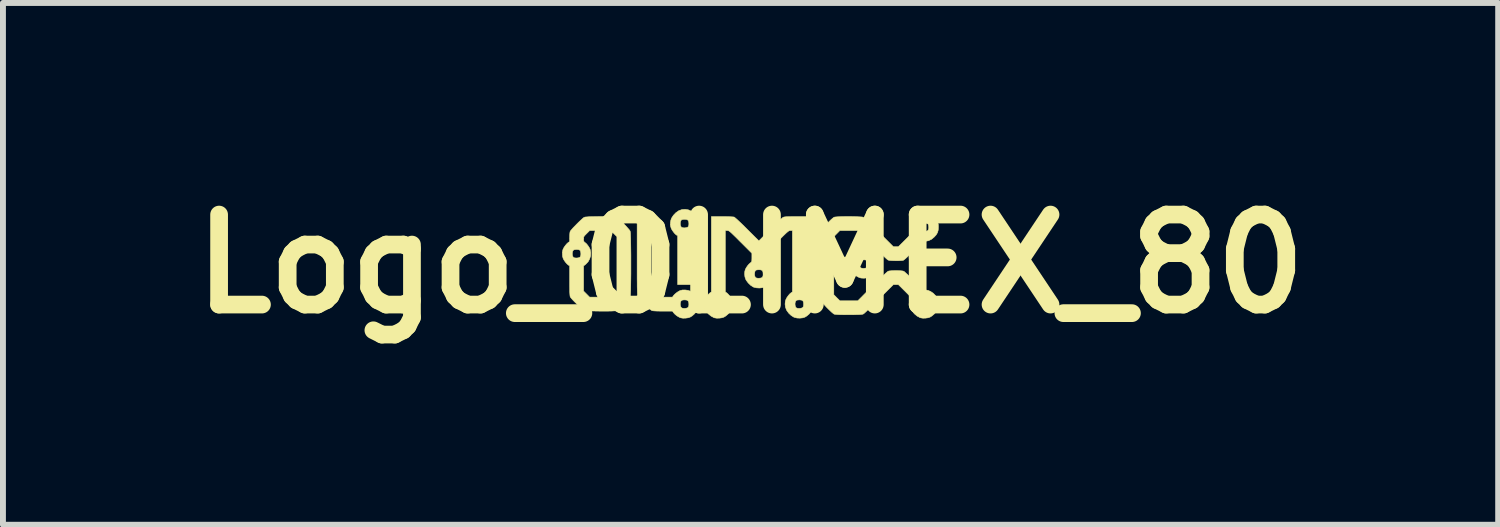
<source format=kicad_pcb>
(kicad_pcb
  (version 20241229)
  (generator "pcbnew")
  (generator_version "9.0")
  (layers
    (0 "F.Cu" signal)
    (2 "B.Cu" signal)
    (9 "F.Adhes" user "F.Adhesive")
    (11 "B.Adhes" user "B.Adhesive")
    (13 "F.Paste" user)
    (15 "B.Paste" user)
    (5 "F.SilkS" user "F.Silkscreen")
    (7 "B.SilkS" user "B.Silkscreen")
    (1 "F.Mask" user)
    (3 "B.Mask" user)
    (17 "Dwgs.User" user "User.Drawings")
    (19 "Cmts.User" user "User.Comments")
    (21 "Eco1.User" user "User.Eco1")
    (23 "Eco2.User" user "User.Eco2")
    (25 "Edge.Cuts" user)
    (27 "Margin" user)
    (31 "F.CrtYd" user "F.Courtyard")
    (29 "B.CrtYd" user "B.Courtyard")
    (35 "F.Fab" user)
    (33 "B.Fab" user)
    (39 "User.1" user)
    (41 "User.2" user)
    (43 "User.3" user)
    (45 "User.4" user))
  (footprint "Logo_OLIMEX_80"
    (layer "F.Cu")
    (at 9.659 1.418)
    (property "Reference" "Logo_OLIMEX_80" (at 0 0 0) (layer "F.SilkS") (effects (font (size 1.524 1.524) (thickness 0.3))))
    (attr through_hole)
    (fp_poly (pts (xy -0.877 -0.677) (xy -0.884 -0.624) (xy -0.905 -0.573) (xy -0.923 -0.545) (xy -0.943 -0.522) (xy -0.965 -0.501) (xy -0.973 -0.495) (xy -0.998 -0.476) (xy -0.998 -0.063) (xy -0.998 0.351) (xy -1.044 0.351) (xy -1.044 -0.682) (xy -1.047 -0.716) (xy -1.058 -0.738) (xy -1.078 -0.75) (xy -1.109 -0.754) (xy -1.115 -0.754) (xy -1.141 -0.753) (xy -1.161 -0.748) (xy -1.169 -0.745) (xy -1.182 -0.727) (xy -1.189 -0.7) (xy -1.19 -0.67) (xy -1.184 -0.643) (xy -1.172 -0.622) (xy -1.169 -0.619) (xy -1.149 -0.612) (xy -1.121 -0.609) (xy -1.092 -0.612) (xy -1.069 -0.619) (xy -1.059 -0.625) (xy -1.049 -0.64) (xy -1.045 -0.661) (xy -1.044 -0.682) (xy -1.044 0.351) (xy -1.116 0.351) (xy -1.234 0.351) (xy -1.234 -0.063) (xy -1.234 -0.476) (xy -1.258 -0.491) (xy -1.281 -0.511) (xy -1.305 -0.54) (xy -1.328 -0.573) (xy -1.345 -0.605) (xy -1.345 -0.606) (xy -1.356 -0.647) (xy -1.357 -0.694) (xy -1.349 -0.741) (xy -1.337 -0.774) (xy -1.306 -0.822) (xy -1.265 -0.865) (xy -1.218 -0.898) (xy -1.21 -0.902) (xy -1.161 -0.919) (xy -1.107 -0.923) (xy -1.055 -0.915) (xy -1.022 -0.902) (xy -0.971 -0.869) (xy -0.93 -0.828) (xy -0.9 -0.781) (xy -0.883 -0.73) (xy -0.877 -0.677)) (stroke (width 0.009) (type solid)) (fill yes) (layer "F.SilkS"))
    (fp_poly (pts (xy -0.879 0.672) (xy -0.881 0.72) (xy -0.891 0.764) (xy -0.897 0.778) (xy -0.921 0.814) (xy -0.954 0.851) (xy -0.99 0.882) (xy -1.021 0.901) (xy -1.044 0.909) (xy -1.044 0.682) (xy -1.047 0.648) (xy -1.058 0.626) (xy -1.078 0.614) (xy -1.109 0.61) (xy -1.115 0.61) (xy -1.141 0.611) (xy -1.161 0.616) (xy -1.169 0.619) (xy -1.182 0.637) (xy -1.189 0.664) (xy -1.19 0.694) (xy -1.184 0.721) (xy -1.172 0.742) (xy -1.169 0.744) (xy -1.149 0.752) (xy -1.121 0.755) (xy -1.092 0.752) (xy -1.069 0.745) (xy -1.059 0.739) (xy -1.049 0.724) (xy -1.045 0.703) (xy -1.044 0.682) (xy -1.044 0.909) (xy -1.057 0.913) (xy -1.1 0.919) (xy -1.144 0.92) (xy -1.182 0.914) (xy -1.191 0.911) (xy -1.223 0.895) (xy -1.256 0.873) (xy -1.285 0.848) (xy -1.306 0.824) (xy -1.307 0.823) (xy -1.322 0.8) (xy -1.484 0.8) (xy -1.544 0.8) (xy -1.589 0.799) (xy -1.624 0.797) (xy -1.649 0.795) (xy -1.666 0.792) (xy -1.673 0.789) (xy -1.688 0.78) (xy -1.711 0.761) (xy -1.74 0.736) (xy -1.772 0.706) (xy -1.806 0.674) (xy -1.838 0.641) (xy -1.867 0.611) (xy -1.89 0.585) (xy -1.906 0.566) (xy -1.91 0.558) (xy -1.912 0.552) (xy -1.913 0.54) (xy -1.915 0.523) (xy -1.916 0.5) (xy -1.917 0.469) (xy -1.918 0.429) (xy -1.919 0.381) (xy -1.919 0.323) (xy -1.92 0.253) (xy -1.92 0.172) (xy -1.92 0.078) (xy -1.92 -0.029) (xy -1.92 -0.133) (xy -1.92 -0.8) (xy -1.802 -0.8) (xy -1.684 -0.8) (xy -1.684 -0.169) (xy -1.684 0.461) (xy -1.632 0.513) (xy -1.581 0.564) (xy -1.451 0.564) (xy -1.322 0.564) (xy -1.307 0.541) (xy -1.287 0.518) (xy -1.259 0.494) (xy -1.227 0.471) (xy -1.196 0.454) (xy -1.194 0.453) (xy -1.155 0.443) (xy -1.109 0.442) (xy -1.063 0.448) (xy -1.023 0.461) (xy -1.022 0.462) (xy -0.978 0.49) (xy -0.937 0.528) (xy -0.906 0.571) (xy -0.898 0.585) (xy -0.885 0.625) (xy -0.879 0.672)) (stroke (width 0.009) (type solid)) (fill yes) (layer "F.SilkS"))
    (fp_poly (pts (xy -2.026 0.01) (xy -2.026 0.091) (xy -2.026 0.17) (xy -2.027 0.246) (xy -2.028 0.318) (xy -2.029 0.383) (xy -2.03 0.44) (xy -2.032 0.487) (xy -2.034 0.524) (xy -2.036 0.549) (xy -2.038 0.558) (xy -2.047 0.573) (xy -2.065 0.595) (xy -2.09 0.622) (xy -2.12 0.653) (xy -2.153 0.686) (xy -2.185 0.717) (xy -2.216 0.746) (xy -2.242 0.77) (xy -2.263 0.786) (xy -2.263 0.786) (xy -2.263 0.469) (xy -2.263 0.004) (xy -2.263 -0.461) (xy -2.314 -0.512) (xy -2.366 -0.564) (xy -2.545 -0.564) (xy -2.724 -0.564) (xy -2.775 -0.513) (xy -2.799 -0.489) (xy -2.814 -0.472) (xy -2.823 -0.458) (xy -2.826 -0.444) (xy -2.827 -0.426) (xy -2.827 -0.419) (xy -2.826 -0.394) (xy -2.822 -0.379) (xy -2.813 -0.369) (xy -2.804 -0.362) (xy -2.779 -0.341) (xy -2.754 -0.31) (xy -2.731 -0.275) (xy -2.716 -0.244) (xy -2.706 -0.191) (xy -2.708 -0.137) (xy -2.724 -0.084) (xy -2.751 -0.035) (xy -2.79 0.006) (xy -2.802 0.016) (xy -2.827 0.034) (xy -2.827 0.247) (xy -2.827 0.461) (xy -2.776 0.512) (xy -2.725 0.564) (xy -2.542 0.564) (xy -2.359 0.564) (xy -2.311 0.516) (xy -2.263 0.469) (xy -2.263 0.786) (xy -2.273 0.792) (xy -2.288 0.795) (xy -2.316 0.797) (xy -2.354 0.799) (xy -2.401 0.8) (xy -2.454 0.8) (xy -2.51 0.8) (xy -2.568 0.8) (xy -2.624 0.799) (xy -2.678 0.798) (xy -2.726 0.797) (xy -2.766 0.795) (xy -2.797 0.792) (xy -2.815 0.79) (xy -2.817 0.789) (xy -2.832 0.779) (xy -2.855 0.761) (xy -2.873 0.745) (xy -2.873 -0.171) (xy -2.876 -0.206) (xy -2.886 -0.228) (xy -2.906 -0.24) (xy -2.938 -0.244) (xy -2.944 -0.244) (xy -2.969 -0.242) (xy -2.99 -0.238) (xy -2.997 -0.234) (xy -3.011 -0.216) (xy -3.018 -0.19) (xy -3.018 -0.16) (xy -3.013 -0.132) (xy -3.001 -0.112) (xy -2.998 -0.109) (xy -2.978 -0.101) (xy -2.95 -0.099) (xy -2.921 -0.101) (xy -2.897 -0.108) (xy -2.888 -0.114) (xy -2.878 -0.129) (xy -2.874 -0.15) (xy -2.873 -0.171) (xy -2.873 0.745) (xy -2.884 0.735) (xy -2.916 0.706) (xy -2.949 0.673) (xy -2.981 0.641) (xy -3.01 0.611) (xy -3.033 0.585) (xy -3.048 0.566) (xy -3.053 0.558) (xy -3.056 0.548) (xy -3.058 0.531) (xy -3.06 0.506) (xy -3.062 0.472) (xy -3.062 0.427) (xy -3.063 0.371) (xy -3.063 0.301) (xy -3.063 0.284) (xy -3.063 0.034) (xy -3.087 0.019) (xy -3.109 -0.001) (xy -3.134 -0.029) (xy -3.157 -0.062) (xy -3.174 -0.094) (xy -3.174 -0.095) (xy -3.183 -0.127) (xy -3.186 -0.167) (xy -3.184 -0.207) (xy -3.177 -0.241) (xy -3.174 -0.248) (xy -3.158 -0.279) (xy -3.135 -0.312) (xy -3.11 -0.341) (xy -3.088 -0.361) (xy -3.087 -0.362) (xy -3.063 -0.377) (xy -3.063 -0.451) (xy -3.062 -0.486) (xy -3.06 -0.517) (xy -3.057 -0.539) (xy -3.055 -0.546) (xy -3.047 -0.56) (xy -3.029 -0.581) (xy -3.005 -0.609) (xy -2.975 -0.64) (xy -2.943 -0.673) (xy -2.91 -0.706) (xy -2.878 -0.736) (xy -2.851 -0.761) (xy -2.829 -0.78) (xy -2.814 -0.789) (xy -2.814 -0.789) (xy -2.799 -0.793) (xy -2.77 -0.795) (xy -2.732 -0.798) (xy -2.685 -0.799) (xy -2.632 -0.8) (xy -2.575 -0.801) (xy -2.517 -0.801) (xy -2.46 -0.801) (xy -2.406 -0.8) (xy -2.358 -0.798) (xy -2.318 -0.796) (xy -2.287 -0.793) (xy -2.27 -0.79) (xy -2.269 -0.79) (xy -2.254 -0.78) (xy -2.232 -0.761) (xy -2.204 -0.735) (xy -2.172 -0.705) (xy -2.14 -0.672) (xy -2.108 -0.639) (xy -2.08 -0.607) (xy -2.057 -0.581) (xy -2.042 -0.56) (xy -2.038 -0.552) (xy -2.036 -0.539) (xy -2.033 -0.512) (xy -2.032 -0.473) (xy -2.03 -0.424) (xy -2.029 -0.365) (xy -2.028 -0.299) (xy -2.027 -0.227) (xy -2.026 -0.15) (xy -2.026 -0.071) (xy -2.026 0.01)) (stroke (width 0.009) (type solid)) (fill yes) (layer "F.SilkS"))
    (fp_poly (pts (xy 1.065 0.657) (xy 1.064 0.706) (xy 1.055 0.753) (xy 1.046 0.778) (xy 1.022 0.814) (xy 0.99 0.851) (xy 0.953 0.882) (xy 0.923 0.901) (xy 0.899 0.909) (xy 0.899 0.682) (xy 0.896 0.648) (xy 0.886 0.626) (xy 0.865 0.614) (xy 0.834 0.61) (xy 0.828 0.61) (xy 0.803 0.611) (xy 0.782 0.616) (xy 0.774 0.619) (xy 0.761 0.637) (xy 0.754 0.664) (xy 0.754 0.694) (xy 0.759 0.721) (xy 0.771 0.742) (xy 0.774 0.744) (xy 0.794 0.752) (xy 0.822 0.755) (xy 0.851 0.752) (xy 0.875 0.745) (xy 0.884 0.739) (xy 0.894 0.724) (xy 0.898 0.703) (xy 0.899 0.682) (xy 0.899 0.909) (xy 0.883 0.914) (xy 0.836 0.919) (xy 0.787 0.917) (xy 0.744 0.906) (xy 0.729 0.9) (xy 0.686 0.872) (xy 0.646 0.834) (xy 0.614 0.79) (xy 0.606 0.774) (xy 0.591 0.731) (xy 0.585 0.684) (xy 0.589 0.637) (xy 0.598 0.606) (xy 0.614 0.574) (xy 0.637 0.541) (xy 0.661 0.512) (xy 0.684 0.492) (xy 0.685 0.491) (xy 0.709 0.476) (xy 0.709 -0.044) (xy 0.709 -0.564) (xy 0.676 -0.564) (xy 0.667 -0.564) (xy 0.659 -0.562) (xy 0.65 -0.559) (xy 0.64 -0.552) (xy 0.626 -0.541) (xy 0.607 -0.525) (xy 0.584 -0.503) (xy 0.553 -0.473) (xy 0.515 -0.435) (xy 0.467 -0.387) (xy 0.451 -0.371) (xy 0.259 -0.179) (xy 0.259 -0.107) (xy 0.259 -0.073) (xy 0.26 -0.051) (xy 0.263 -0.038) (xy 0.269 -0.029) (xy 0.278 -0.022) (xy 0.282 -0.019) (xy 0.308 0.003) (xy 0.334 0.035) (xy 0.356 0.07) (xy 0.371 0.103) (xy 0.379 0.146) (xy 0.379 0.195) (xy 0.369 0.242) (xy 0.36 0.267) (xy 0.337 0.304) (xy 0.304 0.34) (xy 0.267 0.372) (xy 0.237 0.391) (xy 0.213 0.398) (xy 0.213 0.171) (xy 0.21 0.137) (xy 0.2 0.115) (xy 0.18 0.103) (xy 0.148 0.099) (xy 0.142 0.099) (xy 0.117 0.101) (xy 0.096 0.105) (xy 0.089 0.109) (xy 0.075 0.127) (xy 0.068 0.153) (xy 0.068 0.183) (xy 0.073 0.211) (xy 0.085 0.231) (xy 0.088 0.234) (xy 0.109 0.242) (xy 0.136 0.244) (xy 0.165 0.242) (xy 0.189 0.235) (xy 0.198 0.229) (xy 0.208 0.214) (xy 0.213 0.192) (xy 0.213 0.171) (xy 0.213 0.398) (xy 0.197 0.404) (xy 0.15 0.409) (xy 0.102 0.406) (xy 0.058 0.396) (xy 0.044 0.39) (xy 0.001 0.362) (xy -0.039 0.323) (xy -0.072 0.279) (xy -0.08 0.264) (xy -0.095 0.221) (xy -0.1 0.173) (xy -0.097 0.127) (xy -0.088 0.095) (xy -0.072 0.064) (xy -0.049 0.031) (xy -0.024 0.002) (xy -0.001 -0.018) (xy -0.000499 -0.019) (xy 0.01 -0.027) (xy 0.017 -0.034) (xy 0.021 -0.046) (xy 0.022 -0.065) (xy 0.023 -0.094) (xy 0.023 -0.107) (xy 0.023 -0.179) (xy -0.169 -0.371) (xy -0.22 -0.422) (xy -0.261 -0.463) (xy -0.294 -0.495) (xy -0.319 -0.519) (xy -0.339 -0.537) (xy -0.354 -0.55) (xy -0.366 -0.557) (xy -0.375 -0.562) (xy -0.383 -0.563) (xy -0.392 -0.564) (xy -0.394 -0.564) (xy -0.427 -0.564) (xy -0.427 -0.044) (xy -0.427 0.476) (xy -0.403 0.491) (xy -0.378 0.514) (xy -0.352 0.545) (xy -0.33 0.581) (xy -0.315 0.613) (xy -0.307 0.657) (xy -0.307 0.706) (xy -0.316 0.753) (xy -0.326 0.778) (xy -0.349 0.814) (xy -0.382 0.851) (xy -0.419 0.882) (xy -0.449 0.901) (xy -0.472 0.909) (xy -0.472 0.682) (xy -0.476 0.648) (xy -0.486 0.626) (xy -0.506 0.614) (xy -0.538 0.61) (xy -0.543 0.61) (xy -0.569 0.611) (xy -0.59 0.616) (xy -0.597 0.619) (xy -0.61 0.637) (xy -0.617 0.664) (xy -0.618 0.694) (xy -0.613 0.721) (xy -0.601 0.742) (xy -0.597 0.744) (xy -0.577 0.752) (xy -0.55 0.755) (xy -0.521 0.752) (xy -0.497 0.745) (xy -0.488 0.739) (xy -0.478 0.724) (xy -0.473 0.703) (xy -0.472 0.682) (xy -0.472 0.909) (xy -0.485 0.913) (xy -0.527 0.919) (xy -0.571 0.92) (xy -0.609 0.914) (xy -0.619 0.911) (xy -0.669 0.884) (xy -0.715 0.846) (xy -0.752 0.799) (xy -0.774 0.758) (xy -0.782 0.726) (xy -0.785 0.687) (xy -0.783 0.647) (xy -0.777 0.613) (xy -0.774 0.606) (xy -0.757 0.574) (xy -0.735 0.541) (xy -0.71 0.512) (xy -0.687 0.492) (xy -0.686 0.491) (xy -0.663 0.476) (xy -0.663 -0.162) (xy -0.663 -0.8) (xy -0.481 -0.8) (xy -0.422 -0.8) (xy -0.37 -0.799) (xy -0.328 -0.797) (xy -0.297 -0.795) (xy -0.279 -0.793) (xy -0.277 -0.792) (xy -0.267 -0.785) (xy -0.247 -0.768) (xy -0.219 -0.743) (xy -0.185 -0.711) (xy -0.146 -0.674) (xy -0.102 -0.631) (xy -0.057 -0.586) (xy 0.141 -0.389) (xy 0.335 -0.584) (xy 0.381 -0.629) (xy 0.424 -0.671) (xy 0.463 -0.709) (xy 0.498 -0.741) (xy 0.525 -0.766) (xy 0.544 -0.783) (xy 0.554 -0.789) (xy 0.566 -0.793) (xy 0.585 -0.796) (xy 0.612 -0.798) (xy 0.65 -0.799) (xy 0.699 -0.8) (xy 0.762 -0.8) (xy 0.762 -0.8) (xy 0.945 -0.8) (xy 0.945 -0.162) (xy 0.945 0.476) (xy 0.968 0.491) (xy 0.994 0.514) (xy 1.019 0.545) (xy 1.042 0.581) (xy 1.057 0.613) (xy 1.065 0.657)) (stroke (width 0.009) (type solid)) (fill yes) (layer "F.SilkS"))
    (fp_poly (pts (xy 3.182 0.672) (xy 3.18 0.72) (xy 3.17 0.764) (xy 3.164 0.778) (xy 3.141 0.814) (xy 3.108 0.851) (xy 3.071 0.882) (xy 3.041 0.901) (xy 3.018 0.909) (xy 3.018 0.682) (xy 3.014 0.648) (xy 3.004 0.626) (xy 2.984 0.614) (xy 2.952 0.61) (xy 2.947 0.61) (xy 2.921 0.611) (xy 2.9 0.616) (xy 2.893 0.619) (xy 2.88 0.637) (xy 2.873 0.664) (xy 2.872 0.694) (xy 2.877 0.721) (xy 2.889 0.742) (xy 2.893 0.744) (xy 2.913 0.752) (xy 2.94 0.755) (xy 2.969 0.752) (xy 2.993 0.745) (xy 3.002 0.739) (xy 3.012 0.724) (xy 3.017 0.703) (xy 3.018 0.682) (xy 3.018 0.909) (xy 3.005 0.913) (xy 2.962 0.919) (xy 2.919 0.92) (xy 2.881 0.914) (xy 2.871 0.911) (xy 2.821 0.884) (xy 2.775 0.846) (xy 2.738 0.799) (xy 2.716 0.758) (xy 2.708 0.726) (xy 2.705 0.686) (xy 2.707 0.646) (xy 2.714 0.612) (xy 2.716 0.605) (xy 2.728 0.576) (xy 2.616 0.463) (xy 2.503 0.351) (xy 2.461 0.351) (xy 2.419 0.351) (xy 2.175 0.595) (xy 2.124 0.646) (xy 2.076 0.694) (xy 2.031 0.737) (xy 1.991 0.775) (xy 1.958 0.807) (xy 1.932 0.831) (xy 1.914 0.846) (xy 1.907 0.85) (xy 1.891 0.854) (xy 1.863 0.857) (xy 1.824 0.859) (xy 1.778 0.86) (xy 1.726 0.862) (xy 1.671 0.862) (xy 1.615 0.862) (xy 1.562 0.861) (xy 1.513 0.86) (xy 1.472 0.858) (xy 1.439 0.855) (xy 1.419 0.852) (xy 1.415 0.851) (xy 1.401 0.841) (xy 1.378 0.822) (xy 1.35 0.796) (xy 1.319 0.766) (xy 1.286 0.733) (xy 1.255 0.699) (xy 1.227 0.668) (xy 1.204 0.641) (xy 1.189 0.621) (xy 1.184 0.613) (xy 1.182 0.6) (xy 1.18 0.573) (xy 1.178 0.534) (xy 1.177 0.484) (xy 1.175 0.425) (xy 1.174 0.359) (xy 1.173 0.285) (xy 1.173 0.208) (xy 1.172 0.127) (xy 1.172 0.044) (xy 1.172 -0.039) (xy 1.173 -0.121) (xy 1.173 -0.2) (xy 1.174 -0.275) (xy 1.175 -0.344) (xy 1.176 -0.405) (xy 1.178 -0.458) (xy 1.179 -0.501) (xy 1.181 -0.532) (xy 1.184 -0.55) (xy 1.184 -0.552) (xy 1.194 -0.568) (xy 1.213 -0.591) (xy 1.238 -0.62) (xy 1.268 -0.652) (xy 1.3 -0.686) (xy 1.332 -0.718) (xy 1.362 -0.747) (xy 1.388 -0.77) (xy 1.408 -0.785) (xy 1.415 -0.79) (xy 1.431 -0.793) (xy 1.46 -0.796) (xy 1.499 -0.798) (xy 1.545 -0.8) (xy 1.597 -0.801) (xy 1.652 -0.801) (xy 1.708 -0.801) (xy 1.761 -0.8) (xy 1.809 -0.798) (xy 1.851 -0.796) (xy 1.883 -0.794) (xy 1.904 -0.791) (xy 1.907 -0.789) (xy 1.918 -0.782) (xy 1.937 -0.765) (xy 1.965 -0.739) (xy 2.001 -0.706) (xy 2.042 -0.666) (xy 2.088 -0.621) (xy 2.137 -0.573) (xy 2.175 -0.534) (xy 2.419 -0.29) (xy 2.461 -0.29) (xy 2.503 -0.29) (xy 2.616 -0.402) (xy 2.728 -0.515) (xy 2.716 -0.544) (xy 2.706 -0.586) (xy 2.704 -0.634) (xy 2.712 -0.682) (xy 2.724 -0.713) (xy 2.755 -0.761) (xy 2.797 -0.804) (xy 2.844 -0.837) (xy 2.851 -0.841) (xy 2.901 -0.858) (xy 2.954 -0.862) (xy 3.007 -0.854) (xy 3.039 -0.841) (xy 3.083 -0.813) (xy 3.124 -0.775) (xy 3.156 -0.733) (xy 3.163 -0.718) (xy 3.173 -0.694) (xy 3.179 -0.669) (xy 3.181 -0.636) (xy 3.181 -0.621) (xy 3.178 -0.571) (xy 3.166 -0.53) (xy 3.144 -0.492) (xy 3.111 -0.455) (xy 3.064 -0.416) (xy 3.018 -0.394) (xy 3.018 -0.621) (xy 3.014 -0.655) (xy 3.004 -0.677) (xy 2.984 -0.689) (xy 2.952 -0.693) (xy 2.947 -0.693) (xy 2.921 -0.692) (xy 2.9 -0.687) (xy 2.893 -0.684) (xy 2.88 -0.666) (xy 2.873 -0.639) (xy 2.872 -0.609) (xy 2.877 -0.582) (xy 2.889 -0.561) (xy 2.893 -0.559) (xy 2.913 -0.551) (xy 2.94 -0.548) (xy 2.969 -0.551) (xy 2.993 -0.558) (xy 3.002 -0.564) (xy 3.012 -0.579) (xy 3.017 -0.6) (xy 3.018 -0.621) (xy 3.018 -0.394) (xy 3.014 -0.392) (xy 2.965 -0.383) (xy 2.922 -0.379) (xy 2.766 -0.224) (xy 2.725 -0.184) (xy 2.687 -0.147) (xy 2.652 -0.115) (xy 2.624 -0.089) (xy 2.602 -0.071) (xy 2.59 -0.062) (xy 2.588 -0.061) (xy 2.569 -0.057) (xy 2.539 -0.055) (xy 2.501 -0.053) (xy 2.46 -0.053) (xy 2.418 -0.054) (xy 2.381 -0.056) (xy 2.35 -0.059) (xy 2.331 -0.064) (xy 2.33 -0.064) (xy 2.319 -0.072) (xy 2.299 -0.089) (xy 2.271 -0.115) (xy 2.236 -0.148) (xy 2.195 -0.187) (xy 2.149 -0.232) (xy 2.1 -0.281) (xy 2.061 -0.319) (xy 1.817 -0.564) (xy 1.665 -0.564) (xy 1.512 -0.564) (xy 1.461 -0.512) (xy 1.41 -0.461) (xy 1.41 -0.287) (xy 1.41 -0.114) (xy 1.56 -0.114) (xy 1.711 -0.114) (xy 1.726 -0.138) (xy 1.745 -0.16) (xy 1.774 -0.185) (xy 1.806 -0.207) (xy 1.837 -0.224) (xy 1.839 -0.225) (xy 1.878 -0.235) (xy 1.923 -0.236) (xy 1.969 -0.23) (xy 2.009 -0.217) (xy 2.01 -0.216) (xy 2.055 -0.188) (xy 2.095 -0.15) (xy 2.127 -0.108) (xy 2.135 -0.093) (xy 2.148 -0.053) (xy 2.154 -0.006) (xy 2.151 0.042) (xy 2.141 0.085) (xy 2.136 0.1) (xy 2.112 0.136) (xy 2.079 0.173) (xy 2.043 0.204) (xy 2.012 0.223) (xy 1.989 0.23) (xy 1.989 0.004) (xy 1.986 -0.03) (xy 1.975 -0.052) (xy 1.955 -0.064) (xy 1.923 -0.069) (xy 1.918 -0.069) (xy 1.892 -0.067) (xy 1.871 -0.062) (xy 1.864 -0.059) (xy 1.851 -0.041) (xy 1.844 -0.014) (xy 1.843 0.015) (xy 1.849 0.043) (xy 1.861 0.063) (xy 1.864 0.066) (xy 1.884 0.074) (xy 1.912 0.077) (xy 1.94 0.074) (xy 1.964 0.067) (xy 1.974 0.061) (xy 1.983 0.046) (xy 1.988 0.025) (xy 1.989 0.004) (xy 1.989 0.23) (xy 1.969 0.237) (xy 1.921 0.243) (xy 1.873 0.24) (xy 1.848 0.234) (xy 1.813 0.218) (xy 1.777 0.195) (xy 1.746 0.169) (xy 1.726 0.145) (xy 1.711 0.122) (xy 1.56 0.122) (xy 1.41 0.122) (xy 1.41 0.322) (xy 1.41 0.522) (xy 1.461 0.574) (xy 1.513 0.625) (xy 1.665 0.625) (xy 1.817 0.625) (xy 2.061 0.38) (xy 2.112 0.329) (xy 2.161 0.282) (xy 2.205 0.238) (xy 2.245 0.2) (xy 2.279 0.168) (xy 2.305 0.145) (xy 2.323 0.13) (xy 2.33 0.125) (xy 2.349 0.12) (xy 2.381 0.117) (xy 2.419 0.115) (xy 2.462 0.114) (xy 2.504 0.115) (xy 2.543 0.117) (xy 2.574 0.12) (xy 2.593 0.125) (xy 2.605 0.133) (xy 2.625 0.151) (xy 2.653 0.176) (xy 2.687 0.208) (xy 2.725 0.244) (xy 2.765 0.284) (xy 2.77 0.289) (xy 2.922 0.442) (xy 2.961 0.442) (xy 3.005 0.449) (xy 3.05 0.468) (xy 3.094 0.498) (xy 3.131 0.536) (xy 3.161 0.579) (xy 3.163 0.585) (xy 3.177 0.625) (xy 3.182 0.672)) (stroke (width 0.009) (type solid)) (fill yes) (layer "F.SilkS")))
  (gr_rect
    (start -3 -3)
    (end 22.319 5.836)
    (stroke (width 0.1) (type default))
    (fill no)
    (layer "Edge.Cuts")))
</source>
